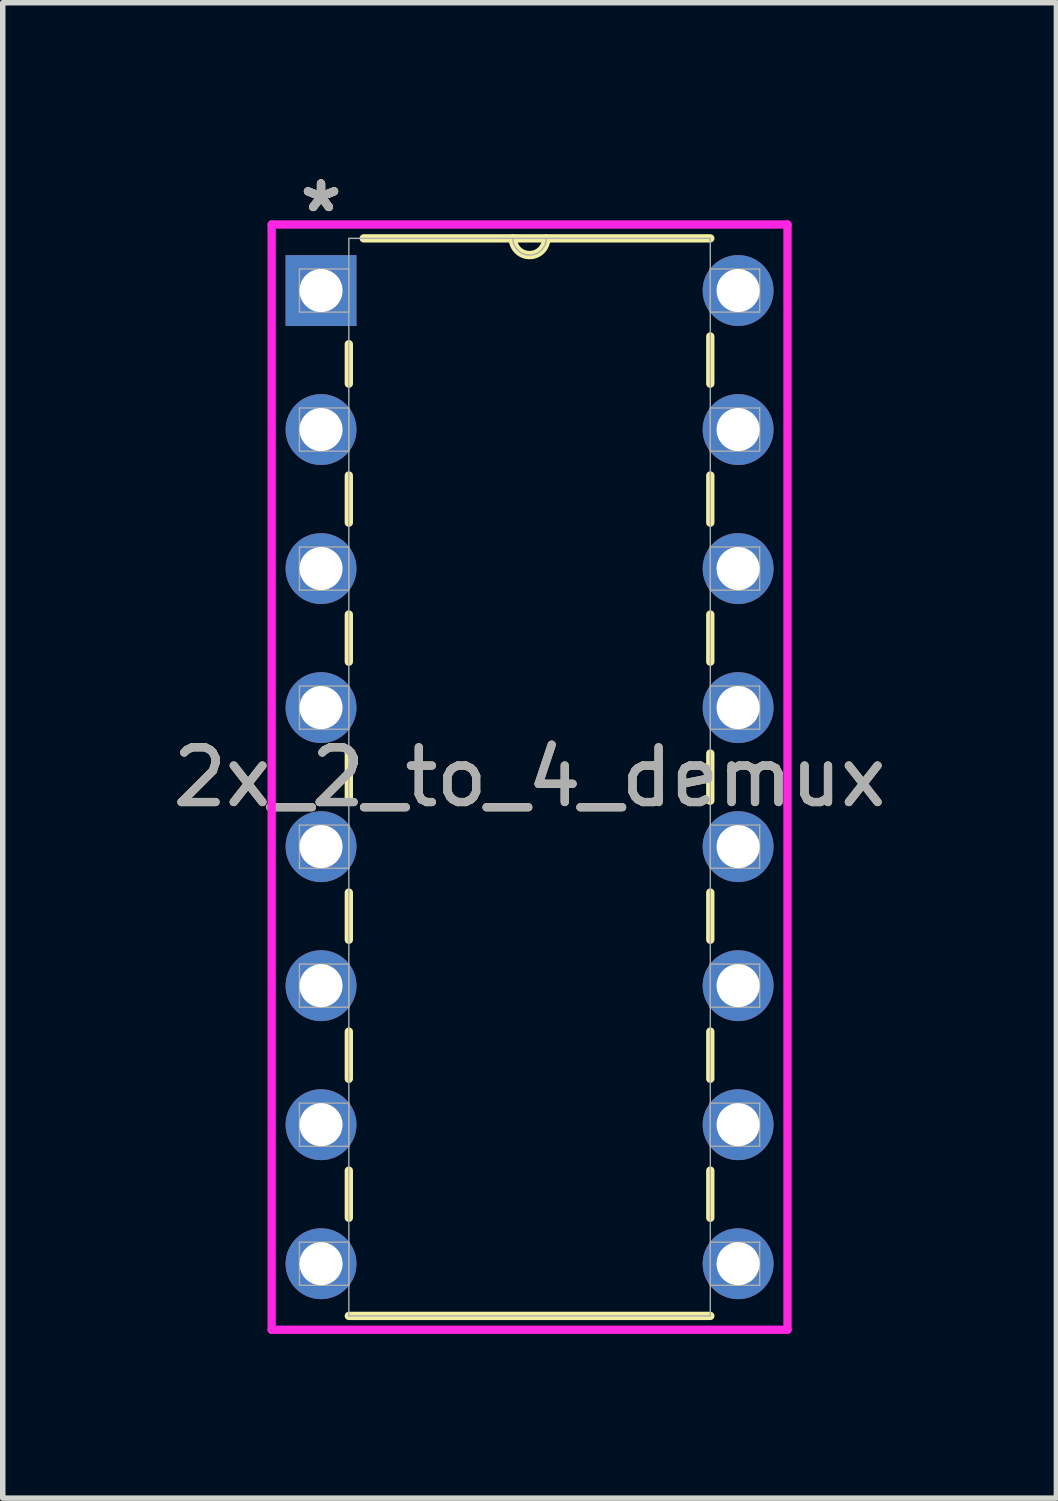
<source format=kicad_pcb>
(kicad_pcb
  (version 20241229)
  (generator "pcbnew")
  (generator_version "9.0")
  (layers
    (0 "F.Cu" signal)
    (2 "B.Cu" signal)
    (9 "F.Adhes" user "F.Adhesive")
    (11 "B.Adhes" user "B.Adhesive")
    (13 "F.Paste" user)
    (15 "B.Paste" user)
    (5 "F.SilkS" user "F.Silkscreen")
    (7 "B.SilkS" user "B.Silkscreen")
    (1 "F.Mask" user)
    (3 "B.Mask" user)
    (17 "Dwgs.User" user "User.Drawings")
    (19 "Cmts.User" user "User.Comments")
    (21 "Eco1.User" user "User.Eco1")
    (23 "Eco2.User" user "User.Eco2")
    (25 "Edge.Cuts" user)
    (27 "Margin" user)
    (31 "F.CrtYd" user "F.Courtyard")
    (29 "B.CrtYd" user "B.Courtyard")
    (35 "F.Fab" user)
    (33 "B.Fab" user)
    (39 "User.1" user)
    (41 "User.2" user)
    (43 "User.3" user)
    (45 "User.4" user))
  (footprint "2x_2_to_4_demux"
    (layer "F.Cu")
    (at 10.435 20.038)
    (property "Reference" "2x_2_to_4_demux" (at -3.81 -8.89 0) (unlocked yes) (layer "F.SilkS") (effects (font (size 1 1) (thickness 0.15))))
    (attr through_hole)
    (fp_line (start -7.112 -16.8) (end -7.112 -16.079) (stroke (width 0.152) (type solid)) (layer "F.SilkS"))
    (fp_line (start -7.112 -14.401) (end -7.112 -13.539) (stroke (width 0.152) (type solid)) (layer "F.SilkS"))
    (fp_line (start -7.112 -11.861) (end -7.112 -10.999) (stroke (width 0.152) (type solid)) (layer "F.SilkS"))
    (fp_line (start -7.112 -9.321) (end -7.112 -8.459) (stroke (width 0.152) (type solid)) (layer "F.SilkS"))
    (fp_line (start -7.112 -6.781) (end -7.112 -5.919) (stroke (width 0.152) (type solid)) (layer "F.SilkS"))
    (fp_line (start -7.112 -4.241) (end -7.112 -3.379) (stroke (width 0.152) (type solid)) (layer "F.SilkS"))
    (fp_line (start -7.112 -1.701) (end -7.112 -0.839) (stroke (width 0.152) (type solid)) (layer "F.SilkS"))
    (fp_line (start -7.112 0.953) (end -0.508 0.953) (stroke (width 0.152) (type solid)) (layer "F.SilkS"))
    (fp_line (start -0.508 -18.733) (end -6.839 -18.733) (stroke (width 0.152) (type solid)) (layer "F.SilkS"))
    (fp_line (start -0.508 -16.079) (end -0.508 -16.941) (stroke (width 0.152) (type solid)) (layer "F.SilkS"))
    (fp_line (start -0.508 -13.539) (end -0.508 -14.401) (stroke (width 0.152) (type solid)) (layer "F.SilkS"))
    (fp_line (start -0.508 -10.999) (end -0.508 -11.861) (stroke (width 0.152) (type solid)) (layer "F.SilkS"))
    (fp_line (start -0.508 -8.459) (end -0.508 -9.321) (stroke (width 0.152) (type solid)) (layer "F.SilkS"))
    (fp_line (start -0.508 -5.919) (end -0.508 -6.781) (stroke (width 0.152) (type solid)) (layer "F.SilkS"))
    (fp_line (start -0.508 -3.379) (end -0.508 -4.241) (stroke (width 0.152) (type solid)) (layer "F.SilkS"))
    (fp_line (start -0.508 -0.839) (end -0.508 -1.701) (stroke (width 0.152) (type solid)) (layer "F.SilkS"))
    (fp_arc (start -3.5052 -18.7325) (mid -3.81 -18.4277) (end -4.1148 -18.7325) (stroke (width 0.1524) (type solid)) (layer "F.SilkS"))
    (fp_line (start -8.522 -18.986) (end -8.522 1.206) (stroke (width 0.152) (type solid)) (layer "F.CrtYd"))
    (fp_line (start -8.522 1.206) (end 0.902 1.206) (stroke (width 0.152) (type solid)) (layer "F.CrtYd"))
    (fp_line (start 0.902 -18.986) (end -8.522 -18.986) (stroke (width 0.152) (type solid)) (layer "F.CrtYd"))
    (fp_line (start 0.902 1.206) (end 0.902 -18.986) (stroke (width 0.152) (type solid)) (layer "F.CrtYd"))
    (fp_line (start -8.014 -18.174) (end -8.014 -17.386) (stroke (width 0.025) (type solid)) (layer "F.Fab"))
    (fp_line (start -8.014 -17.386) (end -7.112 -17.386) (stroke (width 0.025) (type solid)) (layer "F.Fab"))
    (fp_line (start -8.014 -15.634) (end -8.014 -14.846) (stroke (width 0.025) (type solid)) (layer "F.Fab"))
    (fp_line (start -8.014 -14.846) (end -7.112 -14.846) (stroke (width 0.025) (type solid)) (layer "F.Fab"))
    (fp_line (start -8.014 -13.094) (end -8.014 -12.306) (stroke (width 0.025) (type solid)) (layer "F.Fab"))
    (fp_line (start -8.014 -12.306) (end -7.112 -12.306) (stroke (width 0.025) (type solid)) (layer "F.Fab"))
    (fp_line (start -8.014 -10.554) (end -8.014 -9.766) (stroke (width 0.025) (type solid)) (layer "F.Fab"))
    (fp_line (start -8.014 -9.766) (end -7.112 -9.766) (stroke (width 0.025) (type solid)) (layer "F.Fab"))
    (fp_line (start -8.014 -8.014) (end -8.014 -7.226) (stroke (width 0.025) (type solid)) (layer "F.Fab"))
    (fp_line (start -8.014 -7.226) (end -7.112 -7.226) (stroke (width 0.025) (type solid)) (layer "F.Fab"))
    (fp_line (start -8.014 -5.474) (end -8.014 -4.686) (stroke (width 0.025) (type solid)) (layer "F.Fab"))
    (fp_line (start -8.014 -4.686) (end -7.112 -4.686) (stroke (width 0.025) (type solid)) (layer "F.Fab"))
    (fp_line (start -8.014 -2.934) (end -8.014 -2.146) (stroke (width 0.025) (type solid)) (layer "F.Fab"))
    (fp_line (start -8.014 -2.146) (end -7.112 -2.146) (stroke (width 0.025) (type solid)) (layer "F.Fab"))
    (fp_line (start -8.014 -0.394) (end -8.014 0.394) (stroke (width 0.025) (type solid)) (layer "F.Fab"))
    (fp_line (start -8.014 0.394) (end -7.112 0.394) (stroke (width 0.025) (type solid)) (layer "F.Fab"))
    (fp_line (start -7.112 -18.733) (end -7.112 0.953) (stroke (width 0.025) (type solid)) (layer "F.Fab"))
    (fp_line (start -7.112 -18.174) (end -8.014 -18.174) (stroke (width 0.025) (type solid)) (layer "F.Fab"))
    (fp_line (start -7.112 -17.386) (end -7.112 -18.174) (stroke (width 0.025) (type solid)) (layer "F.Fab"))
    (fp_line (start -7.112 -15.634) (end -8.014 -15.634) (stroke (width 0.025) (type solid)) (layer "F.Fab"))
    (fp_line (start -7.112 -14.846) (end -7.112 -15.634) (stroke (width 0.025) (type solid)) (layer "F.Fab"))
    (fp_line (start -7.112 -13.094) (end -8.014 -13.094) (stroke (width 0.025) (type solid)) (layer "F.Fab"))
    (fp_line (start -7.112 -12.306) (end -7.112 -13.094) (stroke (width 0.025) (type solid)) (layer "F.Fab"))
    (fp_line (start -7.112 -10.554) (end -8.014 -10.554) (stroke (width 0.025) (type solid)) (layer "F.Fab"))
    (fp_line (start -7.112 -9.766) (end -7.112 -10.554) (stroke (width 0.025) (type solid)) (layer "F.Fab"))
    (fp_line (start -7.112 -8.014) (end -8.014 -8.014) (stroke (width 0.025) (type solid)) (layer "F.Fab"))
    (fp_line (start -7.112 -7.226) (end -7.112 -8.014) (stroke (width 0.025) (type solid)) (layer "F.Fab"))
    (fp_line (start -7.112 -5.474) (end -8.014 -5.474) (stroke (width 0.025) (type solid)) (layer "F.Fab"))
    (fp_line (start -7.112 -4.686) (end -7.112 -5.474) (stroke (width 0.025) (type solid)) (layer "F.Fab"))
    (fp_line (start -7.112 -2.934) (end -8.014 -2.934) (stroke (width 0.025) (type solid)) (layer "F.Fab"))
    (fp_line (start -7.112 -2.146) (end -7.112 -2.934) (stroke (width 0.025) (type solid)) (layer "F.Fab"))
    (fp_line (start -7.112 -0.394) (end -8.014 -0.394) (stroke (width 0.025) (type solid)) (layer "F.Fab"))
    (fp_line (start -7.112 0.394) (end -7.112 -0.394) (stroke (width 0.025) (type solid)) (layer "F.Fab"))
    (fp_line (start -7.112 0.953) (end -0.508 0.953) (stroke (width 0.025) (type solid)) (layer "F.Fab"))
    (fp_line (start -0.508 -18.733) (end -7.112 -18.733) (stroke (width 0.025) (type solid)) (layer "F.Fab"))
    (fp_line (start -0.508 -18.174) (end -0.508 -17.386) (stroke (width 0.025) (type solid)) (layer "F.Fab"))
    (fp_line (start -0.508 -17.386) (end 0.394 -17.386) (stroke (width 0.025) (type solid)) (layer "F.Fab"))
    (fp_line (start -0.508 -15.634) (end -0.508 -14.846) (stroke (width 0.025) (type solid)) (layer "F.Fab"))
    (fp_line (start -0.508 -14.846) (end 0.394 -14.846) (stroke (width 0.025) (type solid)) (layer "F.Fab"))
    (fp_line (start -0.508 -13.094) (end -0.508 -12.306) (stroke (width 0.025) (type solid)) (layer "F.Fab"))
    (fp_line (start -0.508 -12.306) (end 0.394 -12.306) (stroke (width 0.025) (type solid)) (layer "F.Fab"))
    (fp_line (start -0.508 -10.554) (end -0.508 -9.766) (stroke (width 0.025) (type solid)) (layer "F.Fab"))
    (fp_line (start -0.508 -9.766) (end 0.394 -9.766) (stroke (width 0.025) (type solid)) (layer "F.Fab"))
    (fp_line (start -0.508 -8.014) (end -0.508 -7.226) (stroke (width 0.025) (type solid)) (layer "F.Fab"))
    (fp_line (start -0.508 -7.226) (end 0.394 -7.226) (stroke (width 0.025) (type solid)) (layer "F.Fab"))
    (fp_line (start -0.508 -5.474) (end -0.508 -4.686) (stroke (width 0.025) (type solid)) (layer "F.Fab"))
    (fp_line (start -0.508 -4.686) (end 0.394 -4.686) (stroke (width 0.025) (type solid)) (layer "F.Fab"))
    (fp_line (start -0.508 -2.934) (end -0.508 -2.146) (stroke (width 0.025) (type solid)) (layer "F.Fab"))
    (fp_line (start -0.508 -2.146) (end 0.394 -2.146) (stroke (width 0.025) (type solid)) (layer "F.Fab"))
    (fp_line (start -0.508 -0.394) (end -0.508 0.394) (stroke (width 0.025) (type solid)) (layer "F.Fab"))
    (fp_line (start -0.508 0.394) (end 0.394 0.394) (stroke (width 0.025) (type solid)) (layer "F.Fab"))
    (fp_line (start -0.508 0.953) (end -0.508 -18.733) (stroke (width 0.025) (type solid)) (layer "F.Fab"))
    (fp_line (start 0.394 -18.174) (end -0.508 -18.174) (stroke (width 0.025) (type solid)) (layer "F.Fab"))
    (fp_line (start 0.394 -17.386) (end 0.394 -18.174) (stroke (width 0.025) (type solid)) (layer "F.Fab"))
    (fp_line (start 0.394 -15.634) (end -0.508 -15.634) (stroke (width 0.025) (type solid)) (layer "F.Fab"))
    (fp_line (start 0.394 -14.846) (end 0.394 -15.634) (stroke (width 0.025) (type solid)) (layer "F.Fab"))
    (fp_line (start 0.394 -13.094) (end -0.508 -13.094) (stroke (width 0.025) (type solid)) (layer "F.Fab"))
    (fp_line (start 0.394 -12.306) (end 0.394 -13.094) (stroke (width 0.025) (type solid)) (layer "F.Fab"))
    (fp_line (start 0.394 -10.554) (end -0.508 -10.554) (stroke (width 0.025) (type solid)) (layer "F.Fab"))
    (fp_line (start 0.394 -9.766) (end 0.394 -10.554) (stroke (width 0.025) (type solid)) (layer "F.Fab"))
    (fp_line (start 0.394 -8.014) (end -0.508 -8.014) (stroke (width 0.025) (type solid)) (layer "F.Fab"))
    (fp_line (start 0.394 -7.226) (end 0.394 -8.014) (stroke (width 0.025) (type solid)) (layer "F.Fab"))
    (fp_line (start 0.394 -5.474) (end -0.508 -5.474) (stroke (width 0.025) (type solid)) (layer "F.Fab"))
    (fp_line (start 0.394 -4.686) (end 0.394 -5.474) (stroke (width 0.025) (type solid)) (layer "F.Fab"))
    (fp_line (start 0.394 -2.934) (end -0.508 -2.934) (stroke (width 0.025) (type solid)) (layer "F.Fab"))
    (fp_line (start 0.394 -2.146) (end 0.394 -2.934) (stroke (width 0.025) (type solid)) (layer "F.Fab"))
    (fp_line (start 0.394 -0.394) (end -0.508 -0.394) (stroke (width 0.025) (type solid)) (layer "F.Fab"))
    (fp_line (start 0.394 0.394) (end 0.394 -0.394) (stroke (width 0.025) (type solid)) (layer "F.Fab"))
    (fp_arc (start -3.5052 -18.7325) (mid -3.81 -18.4277) (end -4.1148 -18.7325) (stroke (width 0.0254) (type solid)) (layer "F.Fab"))
    (fp_text user "*" (at -7.62 -19.19 0) (unlocked yes) (layer "F.SilkS") (effects (font (size 1 1) (thickness 0.15))))
    (fp_text user "*" (at -7.62 -19.19 0) (layer "F.SilkS") (effects (font (size 1 1) (thickness 0.15))))
    (fp_text user "*" (at -7.62 -19.19 0) (unlocked yes) (layer "F.Fab") (effects (font (size 1 1) (thickness 0.15))))
    (fp_text user "${REFERENCE}" (at -3.81 -8.89 0) (unlocked yes) (layer "F.Fab") (effects (font (size 1 1) (thickness 0.15))))
    (fp_text user "*" (at -7.62 -19.19 0) (layer "F.Fab") (effects (font (size 1 1) (thickness 0.15))))
    (pad "1" thru_hole rect (at -7.62 -17.78) (size 1.295 1.295) (drill 0.787) (layers "*.Cu" "*.Mask"))
    (pad "2" thru_hole circle (at -7.62 -15.24) (size 1.295 1.295) (drill 0.787) (layers "*.Cu" "*.Mask"))
    (pad "3" thru_hole circle (at -7.62 -12.7) (size 1.295 1.295) (drill 0.787) (layers "*.Cu" "*.Mask"))
    (pad "4" thru_hole circle (at -7.62 -10.16) (size 1.295 1.295) (drill 0.787) (layers "*.Cu" "*.Mask"))
    (pad "5" thru_hole circle (at -7.62 -7.62) (size 1.295 1.295) (drill 0.787) (layers "*.Cu" "*.Mask"))
    (pad "6" thru_hole circle (at -7.62 -5.08) (size 1.295 1.295) (drill 0.787) (layers "*.Cu" "*.Mask"))
    (pad "7" thru_hole circle (at -7.62 -2.54) (size 1.295 1.295) (drill 0.787) (layers "*.Cu" "*.Mask"))
    (pad "8" thru_hole circle (at -7.62 0) (size 1.295 1.295) (drill 0.787) (layers "*.Cu" "*.Mask"))
    (pad "9" thru_hole circle (at 0 0) (size 1.295 1.295) (drill 0.787) (layers "*.Cu" "*.Mask"))
    (pad "10" thru_hole circle (at 0 -2.54) (size 1.295 1.295) (drill 0.787) (layers "*.Cu" "*.Mask"))
    (pad "11" thru_hole circle (at 0 -5.08) (size 1.295 1.295) (drill 0.787) (layers "*.Cu" "*.Mask"))
    (pad "12" thru_hole circle (at 0 -7.62) (size 1.295 1.295) (drill 0.787) (layers "*.Cu" "*.Mask"))
    (pad "13" thru_hole circle (at 0 -10.16) (size 1.295 1.295) (drill 0.787) (layers "*.Cu" "*.Mask"))
    (pad "14" thru_hole circle (at 0 -12.7) (size 1.295 1.295) (drill 0.787) (layers "*.Cu" "*.Mask"))
    (pad "15" thru_hole circle (at 0 -15.24) (size 1.295 1.295) (drill 0.787) (layers "*.Cu" "*.Mask"))
    (pad "16" thru_hole circle (at 0 -17.78) (size 1.295 1.295) (drill 0.787) (layers "*.Cu" "*.Mask")))
  (gr_rect
    (start -3 -3)
    (end 16.25 24.321)
    (stroke (width 0.1) (type default))
    (fill no)
    (layer "Edge.Cuts")))
</source>
